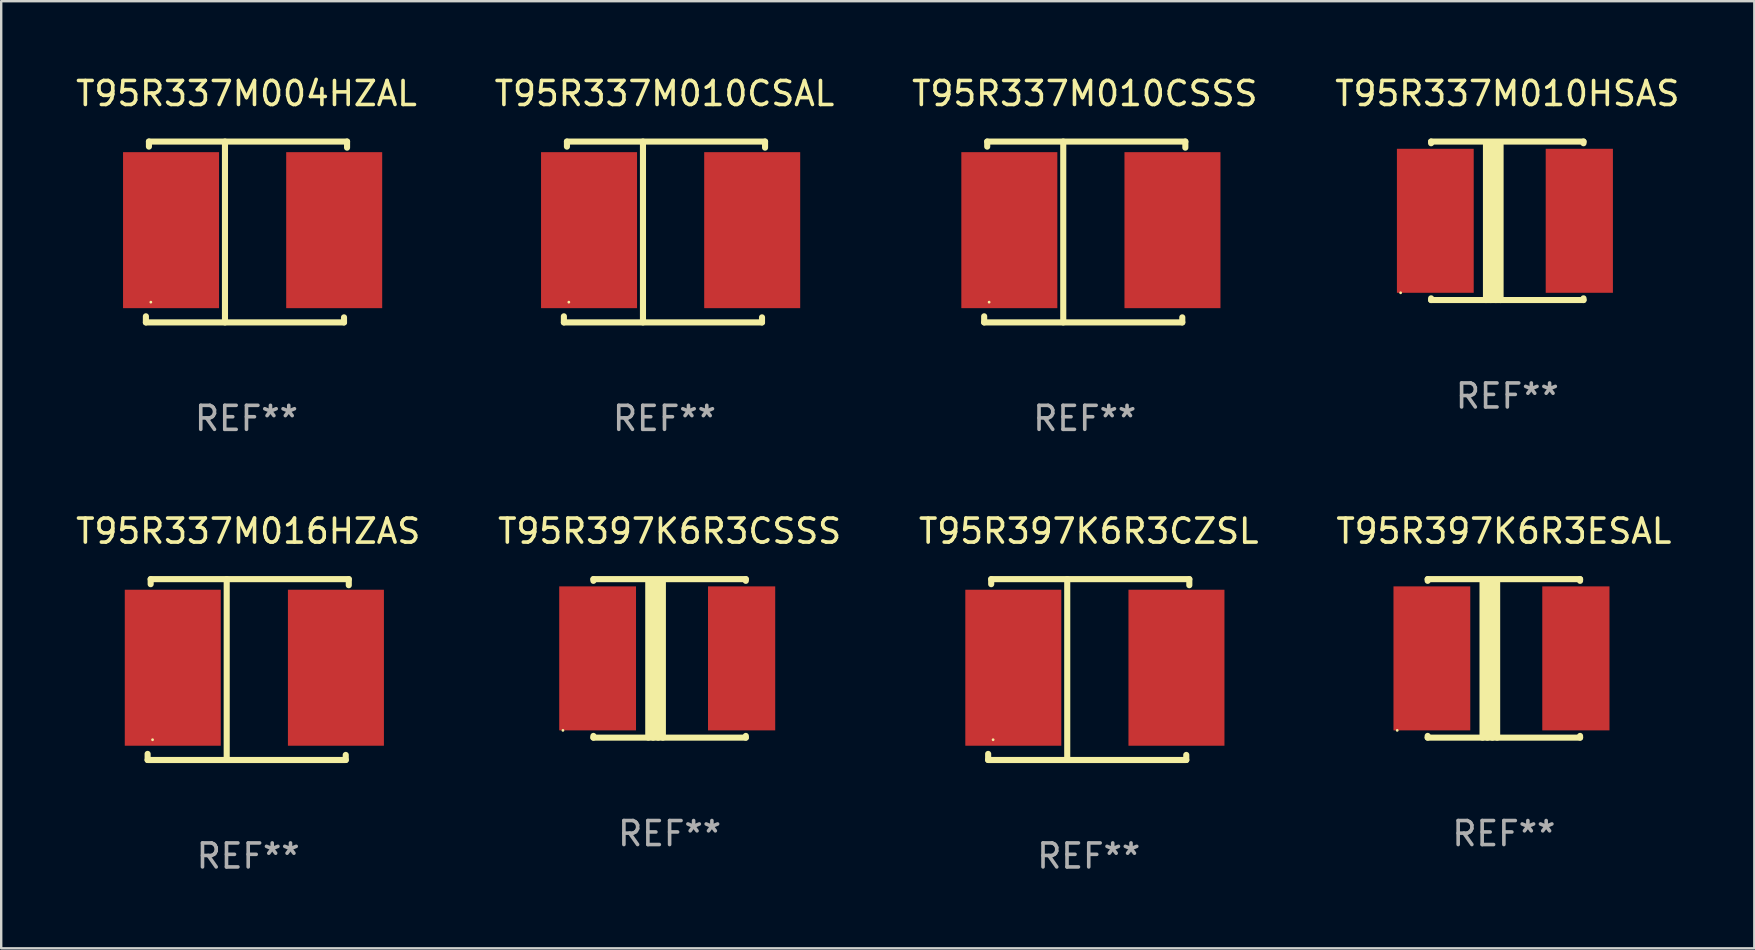
<source format=kicad_pcb>
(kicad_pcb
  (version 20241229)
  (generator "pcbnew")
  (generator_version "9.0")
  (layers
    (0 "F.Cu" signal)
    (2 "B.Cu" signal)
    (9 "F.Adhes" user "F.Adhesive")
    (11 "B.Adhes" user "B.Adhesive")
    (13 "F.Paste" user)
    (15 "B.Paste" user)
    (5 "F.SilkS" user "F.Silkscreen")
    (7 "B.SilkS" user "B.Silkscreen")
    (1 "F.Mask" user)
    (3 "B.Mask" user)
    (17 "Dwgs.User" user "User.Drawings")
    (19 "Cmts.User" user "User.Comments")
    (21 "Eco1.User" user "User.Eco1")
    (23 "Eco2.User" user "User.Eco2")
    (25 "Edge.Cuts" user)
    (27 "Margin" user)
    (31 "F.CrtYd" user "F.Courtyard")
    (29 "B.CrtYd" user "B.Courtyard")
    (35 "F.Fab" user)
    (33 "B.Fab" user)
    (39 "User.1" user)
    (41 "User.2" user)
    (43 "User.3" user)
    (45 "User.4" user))
  (footprint "T95R337M010CSAL"
    (layer "F.Cu")
    (at 24.637 6.616)
    (property "Reference" "T95R337M010CSAL" (at 0 -5.768 0) (layer "F.SilkS") (effects (font (size 1 1) (thickness 0.15))))
    (attr through_hole)
    (fp_line (start -4.191 3.768) (end -4.191 3.514) (stroke (width 0.254) (type solid)) (layer "F.SilkS"))
    (fp_line (start -4.064 -3.768) (end 4.191 -3.768) (stroke (width 0.254) (type solid)) (layer "F.SilkS"))
    (fp_line (start -4.064 -3.557) (end -4.064 -3.768) (stroke (width 0.254) (type solid)) (layer "F.SilkS"))
    (fp_line (start -0.896 -3.768) (end -0.896 3.768) (stroke (width 0.254) (type solid)) (layer "F.SilkS"))
    (fp_line (start 4.064 3.557) (end 4.064 3.768) (stroke (width 0.254) (type solid)) (layer "F.SilkS"))
    (fp_line (start 4.064 3.768) (end -4.191 3.768) (stroke (width 0.254) (type solid)) (layer "F.SilkS"))
    (fp_line (start 4.191 -3.768) (end 4.191 -3.514) (stroke (width 0.254) (type solid)) (layer "F.SilkS"))
    (fp_circle (center -3.985 2.924) (end -3.955 2.924) (stroke (width 0.06) (type solid)) (fill no) (layer "F.SilkS"))
    (fp_text user "REF**" (at 0 7.768 0) (layer "F.Fab") (effects (font (size 1 1) (thickness 0.15))))
    (pad "1" smd rect (at -3.143 -0.076 270) (size 6.5 4) (layers "F.Cu" "F.Mask" "F.Paste"))
    (pad "2" smd rect (at 3.655 -0.076 270) (size 6.5 4) (layers "F.Cu" "F.Mask" "F.Paste")))
  (footprint "T95R337M016HZAS"
    (layer "F.Cu")
    (at 7.292 24.849)
    (property "Reference" "T95R337M016HZAS" (at 0 -5.768 0) (layer "F.SilkS") (effects (font (size 1 1) (thickness 0.15))))
    (attr through_hole)
    (fp_line (start -4.191 3.768) (end -4.191 3.514) (stroke (width 0.254) (type solid)) (layer "F.SilkS"))
    (fp_line (start -4.064 -3.768) (end 4.191 -3.768) (stroke (width 0.254) (type solid)) (layer "F.SilkS"))
    (fp_line (start -4.064 -3.557) (end -4.064 -3.768) (stroke (width 0.254) (type solid)) (layer "F.SilkS"))
    (fp_line (start -0.896 -3.768) (end -0.896 3.768) (stroke (width 0.254) (type solid)) (layer "F.SilkS"))
    (fp_line (start 4.064 3.557) (end 4.064 3.768) (stroke (width 0.254) (type solid)) (layer "F.SilkS"))
    (fp_line (start 4.064 3.768) (end -4.191 3.768) (stroke (width 0.254) (type solid)) (layer "F.SilkS"))
    (fp_line (start 4.191 -3.768) (end 4.191 -3.514) (stroke (width 0.254) (type solid)) (layer "F.SilkS"))
    (fp_circle (center -3.985 2.924) (end -3.955 2.924) (stroke (width 0.06) (type solid)) (fill no) (layer "F.SilkS"))
    (fp_text user "REF**" (at 0 7.768 0) (layer "F.Fab") (effects (font (size 1 1) (thickness 0.15))))
    (pad "1" smd rect (at -3.143 -0.076 270) (size 6.5 4) (layers "F.Cu" "F.Mask" "F.Paste"))
    (pad "2" smd rect (at 3.655 -0.076 270) (size 6.5 4) (layers "F.Cu" "F.Mask" "F.Paste")))
  (footprint "T95R397K6R3CSSS"
    (layer "F.Cu")
    (at 24.851 24.383)
    (property "Reference" "T95R397K6R3CSSS" (at 0 -5.302 0) (layer "F.SilkS") (effects (font (size 1 1) (thickness 0.15))))
    (attr through_hole)
    (fp_line (start -3.175 -3.231) (end -3.175 -3.302) (stroke (width 0.254) (type solid)) (layer "F.SilkS"))
    (fp_line (start -3.175 3.302) (end -3.175 3.231) (stroke (width 0.254) (type solid)) (layer "F.SilkS"))
    (fp_line (start -3.175 3.302) (end 3.175 3.302) (stroke (width 0.254) (type solid)) (layer "F.SilkS"))
    (fp_line (start -0.889 -3.175) (end -0.889 3.302) (stroke (width 0.254) (type solid)) (layer "F.SilkS"))
    (fp_line (start -0.688 -3.175) (end -0.688 3.302) (stroke (width 0.254) (type solid)) (layer "F.SilkS"))
    (fp_line (start -0.478 -3.175) (end -0.478 3.302) (stroke (width 0.254) (type solid)) (layer "F.SilkS"))
    (fp_line (start -0.281 -3.175) (end -0.281 3.302) (stroke (width 0.254) (type solid)) (layer "F.SilkS"))
    (fp_line (start 3.175 -3.302) (end -3.175 -3.302) (stroke (width 0.254) (type solid)) (layer "F.SilkS"))
    (fp_line (start 3.175 -3.302) (end 3.175 -3.231) (stroke (width 0.254) (type solid)) (layer "F.SilkS"))
    (fp_line (start 3.175 3.231) (end 3.175 3.302) (stroke (width 0.254) (type solid)) (layer "F.SilkS"))
    (fp_circle (center -4.445 3) (end -4.415 3) (stroke (width 0.06) (type solid)) (fill no) (layer "F.SilkS"))
    (fp_text user "REF**" (at 0 7.302 0) (layer "F.Fab") (effects (font (size 1 1) (thickness 0.15))))
    (pad "1" smd rect (at -3 0) (size 3.2 6) (layers "F.Cu" "F.Mask" "F.Paste"))
    (pad "2" smd rect (at 3 0) (size 2.8 6) (layers "F.Cu" "F.Mask" "F.Paste")))
  (footprint "T95R337M010HSAS"
    (layer "F.Cu")
    (at 59.756 6.15)
    (property "Reference" "T95R337M010HSAS" (at 0 -5.302 0) (layer "F.SilkS") (effects (font (size 1 1) (thickness 0.15))))
    (attr through_hole)
    (fp_line (start -3.175 -3.231) (end -3.175 -3.302) (stroke (width 0.254) (type solid)) (layer "F.SilkS"))
    (fp_line (start -3.175 3.302) (end -3.175 3.231) (stroke (width 0.254) (type solid)) (layer "F.SilkS"))
    (fp_line (start -3.175 3.302) (end 3.175 3.302) (stroke (width 0.254) (type solid)) (layer "F.SilkS"))
    (fp_line (start -0.889 -3.175) (end -0.889 3.302) (stroke (width 0.254) (type solid)) (layer "F.SilkS"))
    (fp_line (start -0.688 -3.175) (end -0.688 3.302) (stroke (width 0.254) (type solid)) (layer "F.SilkS"))
    (fp_line (start -0.478 -3.175) (end -0.478 3.302) (stroke (width 0.254) (type solid)) (layer "F.SilkS"))
    (fp_line (start -0.281 -3.175) (end -0.281 3.302) (stroke (width 0.254) (type solid)) (layer "F.SilkS"))
    (fp_line (start 3.175 -3.302) (end -3.175 -3.302) (stroke (width 0.254) (type solid)) (layer "F.SilkS"))
    (fp_line (start 3.175 -3.302) (end 3.175 -3.231) (stroke (width 0.254) (type solid)) (layer "F.SilkS"))
    (fp_line (start 3.175 3.231) (end 3.175 3.302) (stroke (width 0.254) (type solid)) (layer "F.SilkS"))
    (fp_circle (center -4.445 3) (end -4.415 3) (stroke (width 0.06) (type solid)) (fill no) (layer "F.SilkS"))
    (fp_text user "REF**" (at 0 7.302 0) (layer "F.Fab") (effects (font (size 1 1) (thickness 0.15))))
    (pad "1" smd rect (at -3 0) (size 3.2 6) (layers "F.Cu" "F.Mask" "F.Paste"))
    (pad "2" smd rect (at 3 0) (size 2.8 6) (layers "F.Cu" "F.Mask" "F.Paste")))
  (footprint "T95R337M010CSSS"
    (layer "F.Cu")
    (at 42.149 6.616)
    (property "Reference" "T95R337M010CSSS" (at 0 -5.768 0) (layer "F.SilkS") (effects (font (size 1 1) (thickness 0.15))))
    (attr through_hole)
    (fp_line (start -4.191 3.768) (end -4.191 3.514) (stroke (width 0.254) (type solid)) (layer "F.SilkS"))
    (fp_line (start -4.064 -3.768) (end 4.191 -3.768) (stroke (width 0.254) (type solid)) (layer "F.SilkS"))
    (fp_line (start -4.064 -3.557) (end -4.064 -3.768) (stroke (width 0.254) (type solid)) (layer "F.SilkS"))
    (fp_line (start -0.896 -3.768) (end -0.896 3.768) (stroke (width 0.254) (type solid)) (layer "F.SilkS"))
    (fp_line (start 4.064 3.557) (end 4.064 3.768) (stroke (width 0.254) (type solid)) (layer "F.SilkS"))
    (fp_line (start 4.064 3.768) (end -4.191 3.768) (stroke (width 0.254) (type solid)) (layer "F.SilkS"))
    (fp_line (start 4.191 -3.768) (end 4.191 -3.514) (stroke (width 0.254) (type solid)) (layer "F.SilkS"))
    (fp_circle (center -3.985 2.924) (end -3.955 2.924) (stroke (width 0.06) (type solid)) (fill no) (layer "F.SilkS"))
    (fp_text user "REF**" (at 0 7.768 0) (layer "F.Fab") (effects (font (size 1 1) (thickness 0.15))))
    (pad "1" smd rect (at -3.143 -0.076 270) (size 6.5 4) (layers "F.Cu" "F.Mask" "F.Paste"))
    (pad "2" smd rect (at 3.655 -0.076 270) (size 6.5 4) (layers "F.Cu" "F.Mask" "F.Paste")))
  (footprint "T95R397K6R3CZSL"
    (layer "F.Cu")
    (at 42.315 24.849)
    (property "Reference" "T95R397K6R3CZSL" (at 0 -5.768 0) (layer "F.SilkS") (effects (font (size 1 1) (thickness 0.15))))
    (attr through_hole)
    (fp_line (start -4.191 3.768) (end -4.191 3.514) (stroke (width 0.254) (type solid)) (layer "F.SilkS"))
    (fp_line (start -4.064 -3.768) (end 4.191 -3.768) (stroke (width 0.254) (type solid)) (layer "F.SilkS"))
    (fp_line (start -4.064 -3.557) (end -4.064 -3.768) (stroke (width 0.254) (type solid)) (layer "F.SilkS"))
    (fp_line (start -0.896 -3.768) (end -0.896 3.768) (stroke (width 0.254) (type solid)) (layer "F.SilkS"))
    (fp_line (start 4.064 3.557) (end 4.064 3.768) (stroke (width 0.254) (type solid)) (layer "F.SilkS"))
    (fp_line (start 4.064 3.768) (end -4.191 3.768) (stroke (width 0.254) (type solid)) (layer "F.SilkS"))
    (fp_line (start 4.191 -3.768) (end 4.191 -3.514) (stroke (width 0.254) (type solid)) (layer "F.SilkS"))
    (fp_circle (center -3.985 2.924) (end -3.955 2.924) (stroke (width 0.06) (type solid)) (fill no) (layer "F.SilkS"))
    (fp_text user "REF**" (at 0 7.768 0) (layer "F.Fab") (effects (font (size 1 1) (thickness 0.15))))
    (pad "1" smd rect (at -3.143 -0.076 270) (size 6.5 4) (layers "F.Cu" "F.Mask" "F.Paste"))
    (pad "2" smd rect (at 3.655 -0.076 270) (size 6.5 4) (layers "F.Cu" "F.Mask" "F.Paste")))
  (footprint "T95R337M004HZAL"
    (layer "F.Cu")
    (at 7.22 6.616)
    (property "Reference" "T95R337M004HZAL" (at 0 -5.768 0) (layer "F.SilkS") (effects (font (size 1 1) (thickness 0.15))))
    (attr through_hole)
    (fp_line (start -4.191 3.768) (end -4.191 3.514) (stroke (width 0.254) (type solid)) (layer "F.SilkS"))
    (fp_line (start -4.064 -3.768) (end 4.191 -3.768) (stroke (width 0.254) (type solid)) (layer "F.SilkS"))
    (fp_line (start -4.064 -3.557) (end -4.064 -3.768) (stroke (width 0.254) (type solid)) (layer "F.SilkS"))
    (fp_line (start -0.896 -3.768) (end -0.896 3.768) (stroke (width 0.254) (type solid)) (layer "F.SilkS"))
    (fp_line (start 4.064 3.557) (end 4.064 3.768) (stroke (width 0.254) (type solid)) (layer "F.SilkS"))
    (fp_line (start 4.064 3.768) (end -4.191 3.768) (stroke (width 0.254) (type solid)) (layer "F.SilkS"))
    (fp_line (start 4.191 -3.768) (end 4.191 -3.514) (stroke (width 0.254) (type solid)) (layer "F.SilkS"))
    (fp_circle (center -3.985 2.924) (end -3.955 2.924) (stroke (width 0.06) (type solid)) (fill no) (layer "F.SilkS"))
    (fp_text user "REF**" (at 0 7.768 0) (layer "F.Fab") (effects (font (size 1 1) (thickness 0.15))))
    (pad "1" smd rect (at -3.143 -0.076 270) (size 6.5 4) (layers "F.Cu" "F.Mask" "F.Paste"))
    (pad "2" smd rect (at 3.655 -0.076 270) (size 6.5 4) (layers "F.Cu" "F.Mask" "F.Paste")))
  (footprint "T95R397K6R3ESAL"
    (layer "F.Cu")
    (at 59.613 24.383)
    (property "Reference" "T95R397K6R3ESAL" (at 0 -5.302 0) (layer "F.SilkS") (effects (font (size 1 1) (thickness 0.15))))
    (attr through_hole)
    (fp_line (start -3.175 -3.231) (end -3.175 -3.302) (stroke (width 0.254) (type solid)) (layer "F.SilkS"))
    (fp_line (start -3.175 3.302) (end -3.175 3.231) (stroke (width 0.254) (type solid)) (layer "F.SilkS"))
    (fp_line (start -3.175 3.302) (end 3.175 3.302) (stroke (width 0.254) (type solid)) (layer "F.SilkS"))
    (fp_line (start -0.889 -3.175) (end -0.889 3.302) (stroke (width 0.254) (type solid)) (layer "F.SilkS"))
    (fp_line (start -0.688 -3.175) (end -0.688 3.302) (stroke (width 0.254) (type solid)) (layer "F.SilkS"))
    (fp_line (start -0.478 -3.175) (end -0.478 3.302) (stroke (width 0.254) (type solid)) (layer "F.SilkS"))
    (fp_line (start -0.281 -3.175) (end -0.281 3.302) (stroke (width 0.254) (type solid)) (layer "F.SilkS"))
    (fp_line (start 3.175 -3.302) (end -3.175 -3.302) (stroke (width 0.254) (type solid)) (layer "F.SilkS"))
    (fp_line (start 3.175 -3.302) (end 3.175 -3.231) (stroke (width 0.254) (type solid)) (layer "F.SilkS"))
    (fp_line (start 3.175 3.231) (end 3.175 3.302) (stroke (width 0.254) (type solid)) (layer "F.SilkS"))
    (fp_circle (center -4.445 3) (end -4.415 3) (stroke (width 0.06) (type solid)) (fill no) (layer "F.SilkS"))
    (fp_text user "REF**" (at 0 7.302 0) (layer "F.Fab") (effects (font (size 1 1) (thickness 0.15))))
    (pad "1" smd rect (at -3 0) (size 3.2 6) (layers "F.Cu" "F.Mask" "F.Paste"))
    (pad "2" smd rect (at 3 0) (size 2.8 6) (layers "F.Cu" "F.Mask" "F.Paste")))
  (gr_rect
    (start -3 -3)
    (end 70.048 36.465)
    (stroke (width 0.1) (type default))
    (fill no)
    (layer "Edge.Cuts")))
</source>
